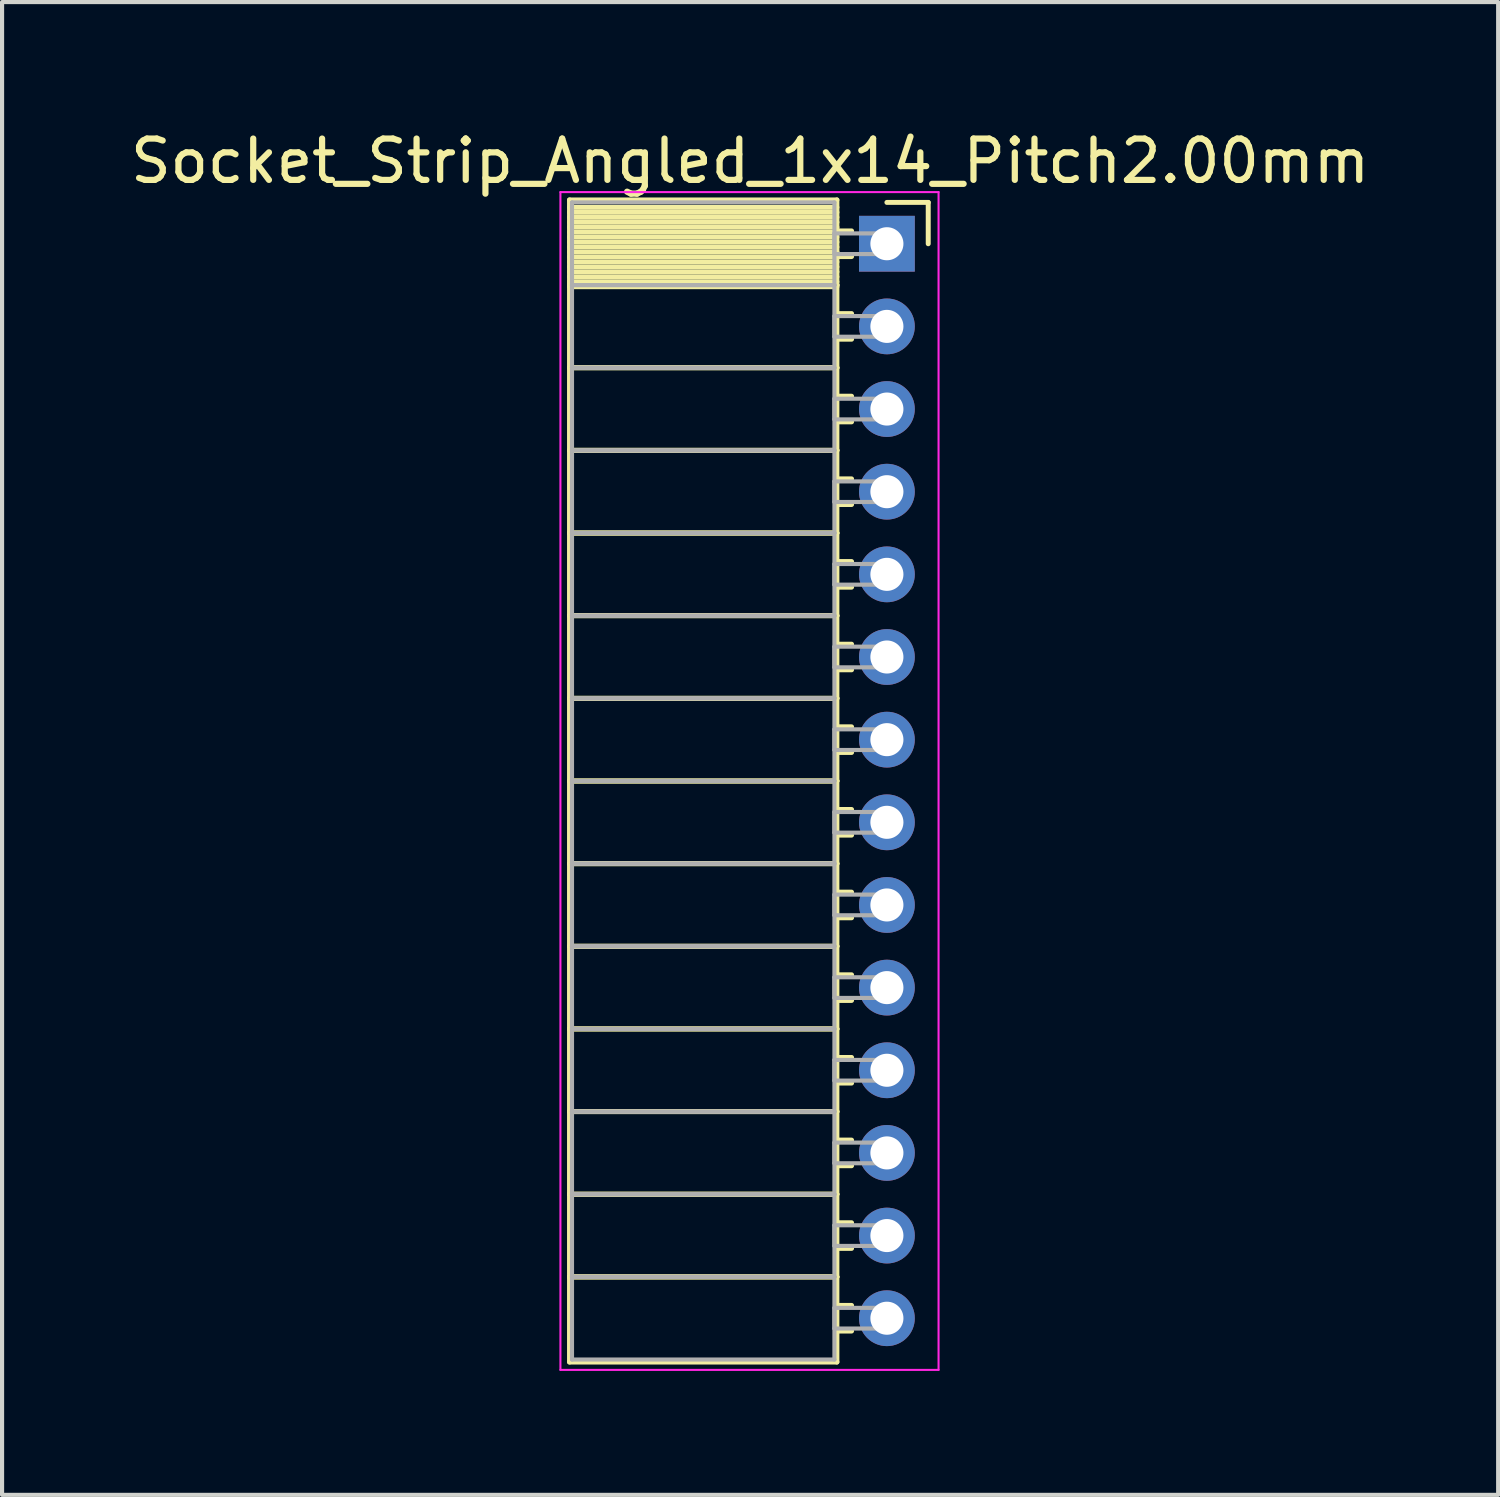
<source format=kicad_pcb>
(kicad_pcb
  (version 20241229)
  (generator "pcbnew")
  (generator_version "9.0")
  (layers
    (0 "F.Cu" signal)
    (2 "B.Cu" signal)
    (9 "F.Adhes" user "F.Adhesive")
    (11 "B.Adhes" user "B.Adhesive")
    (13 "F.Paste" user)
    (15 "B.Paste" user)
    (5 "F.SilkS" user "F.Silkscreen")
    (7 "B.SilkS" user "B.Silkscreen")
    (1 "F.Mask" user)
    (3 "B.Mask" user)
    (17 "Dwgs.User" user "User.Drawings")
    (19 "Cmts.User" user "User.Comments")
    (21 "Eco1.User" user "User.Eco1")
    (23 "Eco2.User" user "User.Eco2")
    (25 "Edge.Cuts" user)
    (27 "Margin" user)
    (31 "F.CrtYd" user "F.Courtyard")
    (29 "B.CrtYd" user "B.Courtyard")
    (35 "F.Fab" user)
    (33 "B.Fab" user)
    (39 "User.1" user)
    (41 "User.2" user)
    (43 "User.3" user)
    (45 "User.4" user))
  (footprint "Socket_Strip_Angled_1x14_Pitch2.00mm"
    (layer "F.Cu")
    (at 18.411 2.848)
    (property "Reference" "Socket_Strip_Angled_1x14_Pitch2.00mm" (at -3.31 -2 0) (layer "F.SilkS") (effects (font (size 1 1) (thickness 0.15))))
    (attr through_hole)
    (fp_line (start -7.68 -1.06) (end -1.21 -1.06) (stroke (width 0.12) (type solid)) (layer "F.SilkS"))
    (fp_line (start -7.68 1) (end -7.68 -1.06) (stroke (width 0.12) (type solid)) (layer "F.SilkS"))
    (fp_line (start -7.68 1) (end -1.21 1) (stroke (width 0.12) (type solid)) (layer "F.SilkS"))
    (fp_line (start -7.68 3) (end -7.68 1) (stroke (width 0.12) (type solid)) (layer "F.SilkS"))
    (fp_line (start -7.68 3) (end -1.21 3) (stroke (width 0.12) (type solid)) (layer "F.SilkS"))
    (fp_line (start -7.68 5) (end -7.68 3) (stroke (width 0.12) (type solid)) (layer "F.SilkS"))
    (fp_line (start -7.68 5) (end -1.21 5) (stroke (width 0.12) (type solid)) (layer "F.SilkS"))
    (fp_line (start -7.68 7) (end -7.68 5) (stroke (width 0.12) (type solid)) (layer "F.SilkS"))
    (fp_line (start -7.68 7) (end -1.21 7) (stroke (width 0.12) (type solid)) (layer "F.SilkS"))
    (fp_line (start -7.68 9) (end -7.68 7) (stroke (width 0.12) (type solid)) (layer "F.SilkS"))
    (fp_line (start -7.68 9) (end -1.21 9) (stroke (width 0.12) (type solid)) (layer "F.SilkS"))
    (fp_line (start -7.68 11) (end -7.68 9) (stroke (width 0.12) (type solid)) (layer "F.SilkS"))
    (fp_line (start -7.68 11) (end -1.21 11) (stroke (width 0.12) (type solid)) (layer "F.SilkS"))
    (fp_line (start -7.68 13) (end -7.68 11) (stroke (width 0.12) (type solid)) (layer "F.SilkS"))
    (fp_line (start -7.68 13) (end -1.21 13) (stroke (width 0.12) (type solid)) (layer "F.SilkS"))
    (fp_line (start -7.68 15) (end -7.68 13) (stroke (width 0.12) (type solid)) (layer "F.SilkS"))
    (fp_line (start -7.68 15) (end -1.21 15) (stroke (width 0.12) (type solid)) (layer "F.SilkS"))
    (fp_line (start -7.68 17) (end -7.68 15) (stroke (width 0.12) (type solid)) (layer "F.SilkS"))
    (fp_line (start -7.68 17) (end -1.21 17) (stroke (width 0.12) (type solid)) (layer "F.SilkS"))
    (fp_line (start -7.68 19) (end -7.68 17) (stroke (width 0.12) (type solid)) (layer "F.SilkS"))
    (fp_line (start -7.68 19) (end -1.21 19) (stroke (width 0.12) (type solid)) (layer "F.SilkS"))
    (fp_line (start -7.68 21) (end -7.68 19) (stroke (width 0.12) (type solid)) (layer "F.SilkS"))
    (fp_line (start -7.68 21) (end -1.21 21) (stroke (width 0.12) (type solid)) (layer "F.SilkS"))
    (fp_line (start -7.68 23) (end -7.68 21) (stroke (width 0.12) (type solid)) (layer "F.SilkS"))
    (fp_line (start -7.68 23) (end -1.21 23) (stroke (width 0.12) (type solid)) (layer "F.SilkS"))
    (fp_line (start -7.68 25) (end -7.68 23) (stroke (width 0.12) (type solid)) (layer "F.SilkS"))
    (fp_line (start -7.68 25) (end -1.21 25) (stroke (width 0.12) (type solid)) (layer "F.SilkS"))
    (fp_line (start -7.68 27.06) (end -7.68 25) (stroke (width 0.12) (type solid)) (layer "F.SilkS"))
    (fp_line (start -1.21 -1.06) (end -1.21 1) (stroke (width 0.12) (type solid)) (layer "F.SilkS"))
    (fp_line (start -1.21 -0.88) (end -7.68 -0.88) (stroke (width 0.12) (type solid)) (layer "F.SilkS"))
    (fp_line (start -1.21 -0.76) (end -7.68 -0.76) (stroke (width 0.12) (type solid)) (layer "F.SilkS"))
    (fp_line (start -1.21 -0.64) (end -7.68 -0.64) (stroke (width 0.12) (type solid)) (layer "F.SilkS"))
    (fp_line (start -1.21 -0.52) (end -7.68 -0.52) (stroke (width 0.12) (type solid)) (layer "F.SilkS"))
    (fp_line (start -1.21 -0.4) (end -7.68 -0.4) (stroke (width 0.12) (type solid)) (layer "F.SilkS"))
    (fp_line (start -1.21 -0.28) (end -7.68 -0.28) (stroke (width 0.12) (type solid)) (layer "F.SilkS"))
    (fp_line (start -1.21 -0.16) (end -7.68 -0.16) (stroke (width 0.12) (type solid)) (layer "F.SilkS"))
    (fp_line (start -1.21 -0.04) (end -7.68 -0.04) (stroke (width 0.12) (type solid)) (layer "F.SilkS"))
    (fp_line (start -1.21 0.08) (end -7.68 0.08) (stroke (width 0.12) (type solid)) (layer "F.SilkS"))
    (fp_line (start -1.21 0.2) (end -7.68 0.2) (stroke (width 0.12) (type solid)) (layer "F.SilkS"))
    (fp_line (start -1.21 0.32) (end -7.68 0.32) (stroke (width 0.12) (type solid)) (layer "F.SilkS"))
    (fp_line (start -1.21 0.44) (end -7.68 0.44) (stroke (width 0.12) (type solid)) (layer "F.SilkS"))
    (fp_line (start -1.21 0.56) (end -7.68 0.56) (stroke (width 0.12) (type solid)) (layer "F.SilkS"))
    (fp_line (start -1.21 0.68) (end -7.68 0.68) (stroke (width 0.12) (type solid)) (layer "F.SilkS"))
    (fp_line (start -1.21 0.8) (end -7.68 0.8) (stroke (width 0.12) (type solid)) (layer "F.SilkS"))
    (fp_line (start -1.21 0.92) (end -7.68 0.92) (stroke (width 0.12) (type solid)) (layer "F.SilkS"))
    (fp_line (start -1.21 1) (end -7.68 1) (stroke (width 0.12) (type solid)) (layer "F.SilkS"))
    (fp_line (start -1.21 1) (end -1.21 3) (stroke (width 0.12) (type solid)) (layer "F.SilkS"))
    (fp_line (start -1.21 1.04) (end -7.68 1.04) (stroke (width 0.12) (type solid)) (layer "F.SilkS"))
    (fp_line (start -1.21 3) (end -7.68 3) (stroke (width 0.12) (type solid)) (layer "F.SilkS"))
    (fp_line (start -1.21 3) (end -1.21 5) (stroke (width 0.12) (type solid)) (layer "F.SilkS"))
    (fp_line (start -1.21 5) (end -7.68 5) (stroke (width 0.12) (type solid)) (layer "F.SilkS"))
    (fp_line (start -1.21 5) (end -1.21 7) (stroke (width 0.12) (type solid)) (layer "F.SilkS"))
    (fp_line (start -1.21 7) (end -7.68 7) (stroke (width 0.12) (type solid)) (layer "F.SilkS"))
    (fp_line (start -1.21 7) (end -1.21 9) (stroke (width 0.12) (type solid)) (layer "F.SilkS"))
    (fp_line (start -1.21 9) (end -7.68 9) (stroke (width 0.12) (type solid)) (layer "F.SilkS"))
    (fp_line (start -1.21 9) (end -1.21 11) (stroke (width 0.12) (type solid)) (layer "F.SilkS"))
    (fp_line (start -1.21 11) (end -7.68 11) (stroke (width 0.12) (type solid)) (layer "F.SilkS"))
    (fp_line (start -1.21 11) (end -1.21 13) (stroke (width 0.12) (type solid)) (layer "F.SilkS"))
    (fp_line (start -1.21 13) (end -7.68 13) (stroke (width 0.12) (type solid)) (layer "F.SilkS"))
    (fp_line (start -1.21 13) (end -1.21 15) (stroke (width 0.12) (type solid)) (layer "F.SilkS"))
    (fp_line (start -1.21 15) (end -7.68 15) (stroke (width 0.12) (type solid)) (layer "F.SilkS"))
    (fp_line (start -1.21 15) (end -1.21 17) (stroke (width 0.12) (type solid)) (layer "F.SilkS"))
    (fp_line (start -1.21 17) (end -7.68 17) (stroke (width 0.12) (type solid)) (layer "F.SilkS"))
    (fp_line (start -1.21 17) (end -1.21 19) (stroke (width 0.12) (type solid)) (layer "F.SilkS"))
    (fp_line (start -1.21 19) (end -7.68 19) (stroke (width 0.12) (type solid)) (layer "F.SilkS"))
    (fp_line (start -1.21 19) (end -1.21 21) (stroke (width 0.12) (type solid)) (layer "F.SilkS"))
    (fp_line (start -1.21 21) (end -7.68 21) (stroke (width 0.12) (type solid)) (layer "F.SilkS"))
    (fp_line (start -1.21 21) (end -1.21 23) (stroke (width 0.12) (type solid)) (layer "F.SilkS"))
    (fp_line (start -1.21 23) (end -7.68 23) (stroke (width 0.12) (type solid)) (layer "F.SilkS"))
    (fp_line (start -1.21 23) (end -1.21 25) (stroke (width 0.12) (type solid)) (layer "F.SilkS"))
    (fp_line (start -1.21 25) (end -7.68 25) (stroke (width 0.12) (type solid)) (layer "F.SilkS"))
    (fp_line (start -1.21 25) (end -1.21 27.06) (stroke (width 0.12) (type solid)) (layer "F.SilkS"))
    (fp_line (start -1.21 27.06) (end -7.68 27.06) (stroke (width 0.12) (type solid)) (layer "F.SilkS"))
    (fp_line (start -0.855 -0.31) (end -1.21 -0.31) (stroke (width 0.12) (type solid)) (layer "F.SilkS"))
    (fp_line (start -0.855 0.31) (end -1.21 0.31) (stroke (width 0.12) (type solid)) (layer "F.SilkS"))
    (fp_line (start -0.855 1.69) (end -1.21 1.69) (stroke (width 0.12) (type solid)) (layer "F.SilkS"))
    (fp_line (start -0.855 2.31) (end -1.21 2.31) (stroke (width 0.12) (type solid)) (layer "F.SilkS"))
    (fp_line (start -0.855 3.69) (end -1.21 3.69) (stroke (width 0.12) (type solid)) (layer "F.SilkS"))
    (fp_line (start -0.855 4.31) (end -1.21 4.31) (stroke (width 0.12) (type solid)) (layer "F.SilkS"))
    (fp_line (start -0.855 5.69) (end -1.21 5.69) (stroke (width 0.12) (type solid)) (layer "F.SilkS"))
    (fp_line (start -0.855 6.31) (end -1.21 6.31) (stroke (width 0.12) (type solid)) (layer "F.SilkS"))
    (fp_line (start -0.855 7.69) (end -1.21 7.69) (stroke (width 0.12) (type solid)) (layer "F.SilkS"))
    (fp_line (start -0.855 8.31) (end -1.21 8.31) (stroke (width 0.12) (type solid)) (layer "F.SilkS"))
    (fp_line (start -0.855 9.69) (end -1.21 9.69) (stroke (width 0.12) (type solid)) (layer "F.SilkS"))
    (fp_line (start -0.855 10.31) (end -1.21 10.31) (stroke (width 0.12) (type solid)) (layer "F.SilkS"))
    (fp_line (start -0.855 11.69) (end -1.21 11.69) (stroke (width 0.12) (type solid)) (layer "F.SilkS"))
    (fp_line (start -0.855 12.31) (end -1.21 12.31) (stroke (width 0.12) (type solid)) (layer "F.SilkS"))
    (fp_line (start -0.855 13.69) (end -1.21 13.69) (stroke (width 0.12) (type solid)) (layer "F.SilkS"))
    (fp_line (start -0.855 14.31) (end -1.21 14.31) (stroke (width 0.12) (type solid)) (layer "F.SilkS"))
    (fp_line (start -0.855 15.69) (end -1.21 15.69) (stroke (width 0.12) (type solid)) (layer "F.SilkS"))
    (fp_line (start -0.855 16.31) (end -1.21 16.31) (stroke (width 0.12) (type solid)) (layer "F.SilkS"))
    (fp_line (start -0.855 17.69) (end -1.21 17.69) (stroke (width 0.12) (type solid)) (layer "F.SilkS"))
    (fp_line (start -0.855 18.31) (end -1.21 18.31) (stroke (width 0.12) (type solid)) (layer "F.SilkS"))
    (fp_line (start -0.855 19.69) (end -1.21 19.69) (stroke (width 0.12) (type solid)) (layer "F.SilkS"))
    (fp_line (start -0.855 20.31) (end -1.21 20.31) (stroke (width 0.12) (type solid)) (layer "F.SilkS"))
    (fp_line (start -0.855 21.69) (end -1.21 21.69) (stroke (width 0.12) (type solid)) (layer "F.SilkS"))
    (fp_line (start -0.855 22.31) (end -1.21 22.31) (stroke (width 0.12) (type solid)) (layer "F.SilkS"))
    (fp_line (start -0.855 23.69) (end -1.21 23.69) (stroke (width 0.12) (type solid)) (layer "F.SilkS"))
    (fp_line (start -0.855 24.31) (end -1.21 24.31) (stroke (width 0.12) (type solid)) (layer "F.SilkS"))
    (fp_line (start -0.855 25.69) (end -1.21 25.69) (stroke (width 0.12) (type solid)) (layer "F.SilkS"))
    (fp_line (start -0.855 26.31) (end -1.21 26.31) (stroke (width 0.12) (type solid)) (layer "F.SilkS"))
    (fp_line (start 0 -1) (end 1 -1) (stroke (width 0.12) (type solid)) (layer "F.SilkS"))
    (fp_line (start 1 -1) (end 1 0) (stroke (width 0.12) (type solid)) (layer "F.SilkS"))
    (fp_line (start -7.9 -1.25) (end 1.25 -1.25) (stroke (width 0.05) (type solid)) (layer "F.CrtYd"))
    (fp_line (start -7.9 27.25) (end -7.9 -1.25) (stroke (width 0.05) (type solid)) (layer "F.CrtYd"))
    (fp_line (start 1.25 -1.25) (end 1.25 27.25) (stroke (width 0.05) (type solid)) (layer "F.CrtYd"))
    (fp_line (start 1.25 27.25) (end -7.9 27.25) (stroke (width 0.05) (type solid)) (layer "F.CrtYd"))
    (fp_line (start -7.62 -1) (end -1.27 -1) (stroke (width 0.1) (type solid)) (layer "F.Fab"))
    (fp_line (start -7.62 1) (end -7.62 -1) (stroke (width 0.1) (type solid)) (layer "F.Fab"))
    (fp_line (start -7.62 1) (end -1.27 1) (stroke (width 0.1) (type solid)) (layer "F.Fab"))
    (fp_line (start -7.62 3) (end -7.62 1) (stroke (width 0.1) (type solid)) (layer "F.Fab"))
    (fp_line (start -7.62 3) (end -1.27 3) (stroke (width 0.1) (type solid)) (layer "F.Fab"))
    (fp_line (start -7.62 5) (end -7.62 3) (stroke (width 0.1) (type solid)) (layer "F.Fab"))
    (fp_line (start -7.62 5) (end -1.27 5) (stroke (width 0.1) (type solid)) (layer "F.Fab"))
    (fp_line (start -7.62 7) (end -7.62 5) (stroke (width 0.1) (type solid)) (layer "F.Fab"))
    (fp_line (start -7.62 7) (end -1.27 7) (stroke (width 0.1) (type solid)) (layer "F.Fab"))
    (fp_line (start -7.62 9) (end -7.62 7) (stroke (width 0.1) (type solid)) (layer "F.Fab"))
    (fp_line (start -7.62 9) (end -1.27 9) (stroke (width 0.1) (type solid)) (layer "F.Fab"))
    (fp_line (start -7.62 11) (end -7.62 9) (stroke (width 0.1) (type solid)) (layer "F.Fab"))
    (fp_line (start -7.62 11) (end -1.27 11) (stroke (width 0.1) (type solid)) (layer "F.Fab"))
    (fp_line (start -7.62 13) (end -7.62 11) (stroke (width 0.1) (type solid)) (layer "F.Fab"))
    (fp_line (start -7.62 13) (end -1.27 13) (stroke (width 0.1) (type solid)) (layer "F.Fab"))
    (fp_line (start -7.62 15) (end -7.62 13) (stroke (width 0.1) (type solid)) (layer "F.Fab"))
    (fp_line (start -7.62 15) (end -1.27 15) (stroke (width 0.1) (type solid)) (layer "F.Fab"))
    (fp_line (start -7.62 17) (end -7.62 15) (stroke (width 0.1) (type solid)) (layer "F.Fab"))
    (fp_line (start -7.62 17) (end -1.27 17) (stroke (width 0.1) (type solid)) (layer "F.Fab"))
    (fp_line (start -7.62 19) (end -7.62 17) (stroke (width 0.1) (type solid)) (layer "F.Fab"))
    (fp_line (start -7.62 19) (end -1.27 19) (stroke (width 0.1) (type solid)) (layer "F.Fab"))
    (fp_line (start -7.62 21) (end -7.62 19) (stroke (width 0.1) (type solid)) (layer "F.Fab"))
    (fp_line (start -7.62 21) (end -1.27 21) (stroke (width 0.1) (type solid)) (layer "F.Fab"))
    (fp_line (start -7.62 23) (end -7.62 21) (stroke (width 0.1) (type solid)) (layer "F.Fab"))
    (fp_line (start -7.62 23) (end -1.27 23) (stroke (width 0.1) (type solid)) (layer "F.Fab"))
    (fp_line (start -7.62 25) (end -7.62 23) (stroke (width 0.1) (type solid)) (layer "F.Fab"))
    (fp_line (start -7.62 25) (end -1.27 25) (stroke (width 0.1) (type solid)) (layer "F.Fab"))
    (fp_line (start -7.62 27) (end -7.62 25) (stroke (width 0.1) (type solid)) (layer "F.Fab"))
    (fp_line (start -1.27 -1) (end -1.27 1) (stroke (width 0.1) (type solid)) (layer "F.Fab"))
    (fp_line (start -1.27 -0.25) (end 0 -0.25) (stroke (width 0.1) (type solid)) (layer "F.Fab"))
    (fp_line (start -1.27 0.25) (end -1.27 -0.25) (stroke (width 0.1) (type solid)) (layer "F.Fab"))
    (fp_line (start -1.27 1) (end -7.62 1) (stroke (width 0.1) (type solid)) (layer "F.Fab"))
    (fp_line (start -1.27 1) (end -1.27 3) (stroke (width 0.1) (type solid)) (layer "F.Fab"))
    (fp_line (start -1.27 1.75) (end 0 1.75) (stroke (width 0.1) (type solid)) (layer "F.Fab"))
    (fp_line (start -1.27 2.25) (end -1.27 1.75) (stroke (width 0.1) (type solid)) (layer "F.Fab"))
    (fp_line (start -1.27 3) (end -7.62 3) (stroke (width 0.1) (type solid)) (layer "F.Fab"))
    (fp_line (start -1.27 3) (end -1.27 5) (stroke (width 0.1) (type solid)) (layer "F.Fab"))
    (fp_line (start -1.27 3.75) (end 0 3.75) (stroke (width 0.1) (type solid)) (layer "F.Fab"))
    (fp_line (start -1.27 4.25) (end -1.27 3.75) (stroke (width 0.1) (type solid)) (layer "F.Fab"))
    (fp_line (start -1.27 5) (end -7.62 5) (stroke (width 0.1) (type solid)) (layer "F.Fab"))
    (fp_line (start -1.27 5) (end -1.27 7) (stroke (width 0.1) (type solid)) (layer "F.Fab"))
    (fp_line (start -1.27 5.75) (end 0 5.75) (stroke (width 0.1) (type solid)) (layer "F.Fab"))
    (fp_line (start -1.27 6.25) (end -1.27 5.75) (stroke (width 0.1) (type solid)) (layer "F.Fab"))
    (fp_line (start -1.27 7) (end -7.62 7) (stroke (width 0.1) (type solid)) (layer "F.Fab"))
    (fp_line (start -1.27 7) (end -1.27 9) (stroke (width 0.1) (type solid)) (layer "F.Fab"))
    (fp_line (start -1.27 7.75) (end 0 7.75) (stroke (width 0.1) (type solid)) (layer "F.Fab"))
    (fp_line (start -1.27 8.25) (end -1.27 7.75) (stroke (width 0.1) (type solid)) (layer "F.Fab"))
    (fp_line (start -1.27 9) (end -7.62 9) (stroke (width 0.1) (type solid)) (layer "F.Fab"))
    (fp_line (start -1.27 9) (end -1.27 11) (stroke (width 0.1) (type solid)) (layer "F.Fab"))
    (fp_line (start -1.27 9.75) (end 0 9.75) (stroke (width 0.1) (type solid)) (layer "F.Fab"))
    (fp_line (start -1.27 10.25) (end -1.27 9.75) (stroke (width 0.1) (type solid)) (layer "F.Fab"))
    (fp_line (start -1.27 11) (end -7.62 11) (stroke (width 0.1) (type solid)) (layer "F.Fab"))
    (fp_line (start -1.27 11) (end -1.27 13) (stroke (width 0.1) (type solid)) (layer "F.Fab"))
    (fp_line (start -1.27 11.75) (end 0 11.75) (stroke (width 0.1) (type solid)) (layer "F.Fab"))
    (fp_line (start -1.27 12.25) (end -1.27 11.75) (stroke (width 0.1) (type solid)) (layer "F.Fab"))
    (fp_line (start -1.27 13) (end -7.62 13) (stroke (width 0.1) (type solid)) (layer "F.Fab"))
    (fp_line (start -1.27 13) (end -1.27 15) (stroke (width 0.1) (type solid)) (layer "F.Fab"))
    (fp_line (start -1.27 13.75) (end 0 13.75) (stroke (width 0.1) (type solid)) (layer "F.Fab"))
    (fp_line (start -1.27 14.25) (end -1.27 13.75) (stroke (width 0.1) (type solid)) (layer "F.Fab"))
    (fp_line (start -1.27 15) (end -7.62 15) (stroke (width 0.1) (type solid)) (layer "F.Fab"))
    (fp_line (start -1.27 15) (end -1.27 17) (stroke (width 0.1) (type solid)) (layer "F.Fab"))
    (fp_line (start -1.27 15.75) (end 0 15.75) (stroke (width 0.1) (type solid)) (layer "F.Fab"))
    (fp_line (start -1.27 16.25) (end -1.27 15.75) (stroke (width 0.1) (type solid)) (layer "F.Fab"))
    (fp_line (start -1.27 17) (end -7.62 17) (stroke (width 0.1) (type solid)) (layer "F.Fab"))
    (fp_line (start -1.27 17) (end -1.27 19) (stroke (width 0.1) (type solid)) (layer "F.Fab"))
    (fp_line (start -1.27 17.75) (end 0 17.75) (stroke (width 0.1) (type solid)) (layer "F.Fab"))
    (fp_line (start -1.27 18.25) (end -1.27 17.75) (stroke (width 0.1) (type solid)) (layer "F.Fab"))
    (fp_line (start -1.27 19) (end -7.62 19) (stroke (width 0.1) (type solid)) (layer "F.Fab"))
    (fp_line (start -1.27 19) (end -1.27 21) (stroke (width 0.1) (type solid)) (layer "F.Fab"))
    (fp_line (start -1.27 19.75) (end 0 19.75) (stroke (width 0.1) (type solid)) (layer "F.Fab"))
    (fp_line (start -1.27 20.25) (end -1.27 19.75) (stroke (width 0.1) (type solid)) (layer "F.Fab"))
    (fp_line (start -1.27 21) (end -7.62 21) (stroke (width 0.1) (type solid)) (layer "F.Fab"))
    (fp_line (start -1.27 21) (end -1.27 23) (stroke (width 0.1) (type solid)) (layer "F.Fab"))
    (fp_line (start -1.27 21.75) (end 0 21.75) (stroke (width 0.1) (type solid)) (layer "F.Fab"))
    (fp_line (start -1.27 22.25) (end -1.27 21.75) (stroke (width 0.1) (type solid)) (layer "F.Fab"))
    (fp_line (start -1.27 23) (end -7.62 23) (stroke (width 0.1) (type solid)) (layer "F.Fab"))
    (fp_line (start -1.27 23) (end -1.27 25) (stroke (width 0.1) (type solid)) (layer "F.Fab"))
    (fp_line (start -1.27 23.75) (end 0 23.75) (stroke (width 0.1) (type solid)) (layer "F.Fab"))
    (fp_line (start -1.27 24.25) (end -1.27 23.75) (stroke (width 0.1) (type solid)) (layer "F.Fab"))
    (fp_line (start -1.27 25) (end -7.62 25) (stroke (width 0.1) (type solid)) (layer "F.Fab"))
    (fp_line (start -1.27 25) (end -1.27 27) (stroke (width 0.1) (type solid)) (layer "F.Fab"))
    (fp_line (start -1.27 25.75) (end 0 25.75) (stroke (width 0.1) (type solid)) (layer "F.Fab"))
    (fp_line (start -1.27 26.25) (end -1.27 25.75) (stroke (width 0.1) (type solid)) (layer "F.Fab"))
    (fp_line (start -1.27 27) (end -7.62 27) (stroke (width 0.1) (type solid)) (layer "F.Fab"))
    (fp_line (start 0 -0.25) (end 0 0.25) (stroke (width 0.1) (type solid)) (layer "F.Fab"))
    (fp_line (start 0 0.25) (end -1.27 0.25) (stroke (width 0.1) (type solid)) (layer "F.Fab"))
    (fp_line (start 0 1.75) (end 0 2.25) (stroke (width 0.1) (type solid)) (layer "F.Fab"))
    (fp_line (start 0 2.25) (end -1.27 2.25) (stroke (width 0.1) (type solid)) (layer "F.Fab"))
    (fp_line (start 0 3.75) (end 0 4.25) (stroke (width 0.1) (type solid)) (layer "F.Fab"))
    (fp_line (start 0 4.25) (end -1.27 4.25) (stroke (width 0.1) (type solid)) (layer "F.Fab"))
    (fp_line (start 0 5.75) (end 0 6.25) (stroke (width 0.1) (type solid)) (layer "F.Fab"))
    (fp_line (start 0 6.25) (end -1.27 6.25) (stroke (width 0.1) (type solid)) (layer "F.Fab"))
    (fp_line (start 0 7.75) (end 0 8.25) (stroke (width 0.1) (type solid)) (layer "F.Fab"))
    (fp_line (start 0 8.25) (end -1.27 8.25) (stroke (width 0.1) (type solid)) (layer "F.Fab"))
    (fp_line (start 0 9.75) (end 0 10.25) (stroke (width 0.1) (type solid)) (layer "F.Fab"))
    (fp_line (start 0 10.25) (end -1.27 10.25) (stroke (width 0.1) (type solid)) (layer "F.Fab"))
    (fp_line (start 0 11.75) (end 0 12.25) (stroke (width 0.1) (type solid)) (layer "F.Fab"))
    (fp_line (start 0 12.25) (end -1.27 12.25) (stroke (width 0.1) (type solid)) (layer "F.Fab"))
    (fp_line (start 0 13.75) (end 0 14.25) (stroke (width 0.1) (type solid)) (layer "F.Fab"))
    (fp_line (start 0 14.25) (end -1.27 14.25) (stroke (width 0.1) (type solid)) (layer "F.Fab"))
    (fp_line (start 0 15.75) (end 0 16.25) (stroke (width 0.1) (type solid)) (layer "F.Fab"))
    (fp_line (start 0 16.25) (end -1.27 16.25) (stroke (width 0.1) (type solid)) (layer "F.Fab"))
    (fp_line (start 0 17.75) (end 0 18.25) (stroke (width 0.1) (type solid)) (layer "F.Fab"))
    (fp_line (start 0 18.25) (end -1.27 18.25) (stroke (width 0.1) (type solid)) (layer "F.Fab"))
    (fp_line (start 0 19.75) (end 0 20.25) (stroke (width 0.1) (type solid)) (layer "F.Fab"))
    (fp_line (start 0 20.25) (end -1.27 20.25) (stroke (width 0.1) (type solid)) (layer "F.Fab"))
    (fp_line (start 0 21.75) (end 0 22.25) (stroke (width 0.1) (type solid)) (layer "F.Fab"))
    (fp_line (start 0 22.25) (end -1.27 22.25) (stroke (width 0.1) (type solid)) (layer "F.Fab"))
    (fp_line (start 0 23.75) (end 0 24.25) (stroke (width 0.1) (type solid)) (layer "F.Fab"))
    (fp_line (start 0 24.25) (end -1.27 24.25) (stroke (width 0.1) (type solid)) (layer "F.Fab"))
    (fp_line (start 0 25.75) (end 0 26.25) (stroke (width 0.1) (type solid)) (layer "F.Fab"))
    (fp_line (start 0 26.25) (end -1.27 26.25) (stroke (width 0.1) (type solid)) (layer "F.Fab"))
    (pad "1" thru_hole rect (at 0 0) (size 1.35 1.35) (drill 0.8) (layers "*.Cu" "*.Mask"))
    (pad "2" thru_hole oval (at 0 2) (size 1.35 1.35) (drill 0.8) (layers "*.Cu" "*.Mask"))
    (pad "3" thru_hole oval (at 0 4) (size 1.35 1.35) (drill 0.8) (layers "*.Cu" "*.Mask"))
    (pad "4" thru_hole oval (at 0 6) (size 1.35 1.35) (drill 0.8) (layers "*.Cu" "*.Mask"))
    (pad "5" thru_hole oval (at 0 8) (size 1.35 1.35) (drill 0.8) (layers "*.Cu" "*.Mask"))
    (pad "6" thru_hole oval (at 0 10) (size 1.35 1.35) (drill 0.8) (layers "*.Cu" "*.Mask"))
    (pad "7" thru_hole oval (at 0 12) (size 1.35 1.35) (drill 0.8) (layers "*.Cu" "*.Mask"))
    (pad "8" thru_hole oval (at 0 14) (size 1.35 1.35) (drill 0.8) (layers "*.Cu" "*.Mask"))
    (pad "9" thru_hole oval (at 0 16) (size 1.35 1.35) (drill 0.8) (layers "*.Cu" "*.Mask"))
    (pad "10" thru_hole oval (at 0 18) (size 1.35 1.35) (drill 0.8) (layers "*.Cu" "*.Mask"))
    (pad "11" thru_hole oval (at 0 20) (size 1.35 1.35) (drill 0.8) (layers "*.Cu" "*.Mask"))
    (pad "12" thru_hole oval (at 0 22) (size 1.35 1.35) (drill 0.8) (layers "*.Cu" "*.Mask"))
    (pad "13" thru_hole oval (at 0 24) (size 1.35 1.35) (drill 0.8) (layers "*.Cu" "*.Mask"))
    (pad "14" thru_hole oval (at 0 26) (size 1.35 1.35) (drill 0.8) (layers "*.Cu" "*.Mask")))
  (gr_rect
    (start -3 -3)
    (end 33.202 33.123)
    (stroke (width 0.1) (type default))
    (fill no)
    (layer "Edge.Cuts")))
</source>
